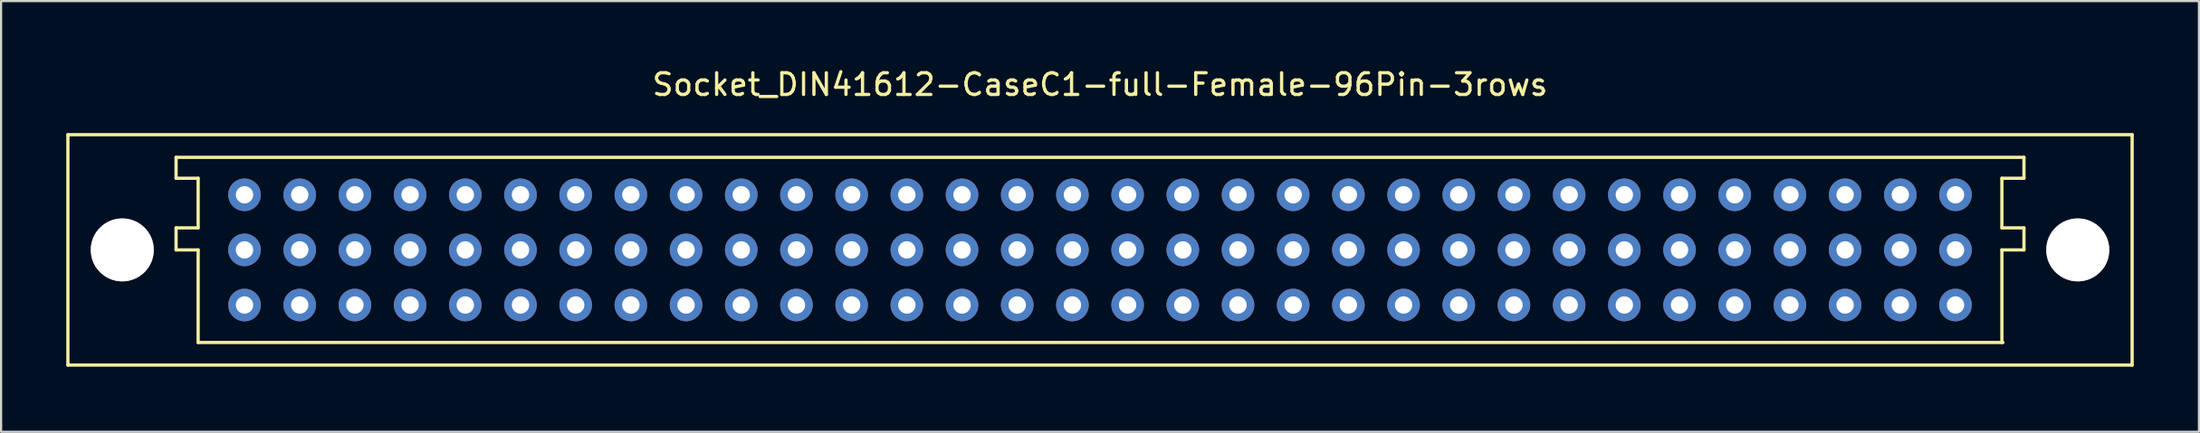
<source format=kicad_pcb>
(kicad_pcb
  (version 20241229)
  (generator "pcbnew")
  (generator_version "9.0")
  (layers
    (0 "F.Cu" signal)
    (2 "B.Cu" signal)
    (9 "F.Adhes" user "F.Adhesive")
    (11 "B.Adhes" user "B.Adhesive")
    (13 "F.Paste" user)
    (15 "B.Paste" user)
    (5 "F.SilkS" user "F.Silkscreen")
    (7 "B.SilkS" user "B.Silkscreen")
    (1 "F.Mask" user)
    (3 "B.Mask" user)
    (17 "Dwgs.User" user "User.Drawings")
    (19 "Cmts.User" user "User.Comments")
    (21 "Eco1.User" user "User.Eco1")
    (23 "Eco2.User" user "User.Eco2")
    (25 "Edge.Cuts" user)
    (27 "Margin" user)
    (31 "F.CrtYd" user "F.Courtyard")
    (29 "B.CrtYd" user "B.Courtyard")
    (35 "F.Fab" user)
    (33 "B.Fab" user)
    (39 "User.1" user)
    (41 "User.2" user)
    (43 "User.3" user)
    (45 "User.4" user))
  (footprint "Socket_DIN41612-CaseC1-full-Female-96Pin-3rows"
    (layer "F.Cu")
    (at 47.573 8.468)
    (property "Reference" "Socket_DIN41612-CaseC1-full-Female-96Pin-3rows" (at 0 -7.62 0) (layer "F.SilkS") (effects (font (size 1 1) (thickness 0.15))))
    (attr through_hole)
    (fp_line (start -47.498 -5.309) (end -47.498 5.309) (stroke (width 0.15) (type solid)) (layer "F.SilkS"))
    (fp_line (start -47.498 5.309) (end 47.498 5.309) (stroke (width 0.15) (type solid)) (layer "F.SilkS"))
    (fp_line (start -42.52 -3.302) (end -42.52 -4.267) (stroke (width 0.15) (type solid)) (layer "F.SilkS"))
    (fp_line (start -42.52 -1.016) (end -41.504 -1.016) (stroke (width 0.15) (type solid)) (layer "F.SilkS"))
    (fp_line (start -42.52 0) (end -42.52 -1.016) (stroke (width 0.15) (type solid)) (layer "F.SilkS"))
    (fp_line (start -41.504 -3.302) (end -42.52 -3.302) (stroke (width 0.15) (type solid)) (layer "F.SilkS"))
    (fp_line (start -41.504 -1.016) (end -41.504 -3.302) (stroke (width 0.15) (type solid)) (layer "F.SilkS"))
    (fp_line (start -41.504 0) (end -42.52 0) (stroke (width 0.15) (type solid)) (layer "F.SilkS"))
    (fp_line (start -41.504 4.267) (end -41.504 0) (stroke (width 0.15) (type solid)) (layer "F.SilkS"))
    (fp_line (start -41.504 4.267) (end 41.554 4.267) (stroke (width 0.15) (type solid)) (layer "F.SilkS"))
    (fp_line (start 41.504 -3.302) (end 42.52 -3.302) (stroke (width 0.15) (type solid)) (layer "F.SilkS"))
    (fp_line (start 41.504 -1.016) (end 41.504 -3.302) (stroke (width 0.15) (type solid)) (layer "F.SilkS"))
    (fp_line (start 41.504 0) (end 42.52 0) (stroke (width 0.15) (type solid)) (layer "F.SilkS"))
    (fp_line (start 41.504 4.267) (end 41.504 0) (stroke (width 0.15) (type solid)) (layer "F.SilkS"))
    (fp_line (start 42.52 -4.267) (end -42.52 -4.267) (stroke (width 0.15) (type solid)) (layer "F.SilkS"))
    (fp_line (start 42.52 -3.302) (end 42.52 -4.267) (stroke (width 0.15) (type solid)) (layer "F.SilkS"))
    (fp_line (start 42.52 -1.016) (end 41.504 -1.016) (stroke (width 0.15) (type solid)) (layer "F.SilkS"))
    (fp_line (start 42.52 0) (end 42.52 -1.016) (stroke (width 0.15) (type solid)) (layer "F.SilkS"))
    (fp_line (start 47.498 -5.309) (end -47.498 -5.309) (stroke (width 0.15) (type solid)) (layer "F.SilkS"))
    (fp_line (start 47.498 5.309) (end 47.498 -5.309) (stroke (width 0.15) (type solid)) (layer "F.SilkS"))
    (pad "1" thru_hole circle (at -44.996 0) (size 2.901 2.901) (drill 2.901) (layers "*.Cu" "*.Mask"))
    (pad "1" thru_hole circle (at 44.996 0) (size 2.901 2.901) (drill 2.901) (layers "*.Cu" "*.Mask"))
    (pad "1a" thru_hole circle (at 39.37 -2.54 180) (size 1.501 1.501) (drill 0.8) (layers "*.Cu" "*.Mask"))
    (pad "1b" thru_hole circle (at 39.37 0 180) (size 1.501 1.501) (drill 0.8) (layers "*.Cu" "*.Mask"))
    (pad "1c" thru_hole circle (at 39.37 2.54 180) (size 1.501 1.501) (drill 0.8) (layers "*.Cu" "*.Mask"))
    (pad "2a" thru_hole circle (at 36.83 -2.54 180) (size 1.501 1.501) (drill 0.8) (layers "*.Cu" "*.Mask"))
    (pad "2b" thru_hole circle (at 36.83 0 180) (size 1.501 1.501) (drill 0.8) (layers "*.Cu" "*.Mask"))
    (pad "2c" thru_hole circle (at 36.83 2.54 180) (size 1.501 1.501) (drill 0.8) (layers "*.Cu" "*.Mask"))
    (pad "3a" thru_hole circle (at 34.29 -2.54 180) (size 1.501 1.501) (drill 0.8) (layers "*.Cu" "*.Mask"))
    (pad "3b" thru_hole circle (at 34.29 0 180) (size 1.501 1.501) (drill 0.8) (layers "*.Cu" "*.Mask"))
    (pad "3c" thru_hole circle (at 34.29 2.54 180) (size 1.501 1.501) (drill 0.8) (layers "*.Cu" "*.Mask"))
    (pad "4a" thru_hole circle (at 31.75 -2.54 180) (size 1.501 1.501) (drill 0.8) (layers "*.Cu" "*.Mask"))
    (pad "4b" thru_hole circle (at 31.75 0 180) (size 1.501 1.501) (drill 0.8) (layers "*.Cu" "*.Mask"))
    (pad "4c" thru_hole circle (at 31.75 2.54 180) (size 1.501 1.501) (drill 0.8) (layers "*.Cu" "*.Mask"))
    (pad "5a" thru_hole circle (at 29.21 -2.54 180) (size 1.501 1.501) (drill 0.8) (layers "*.Cu" "*.Mask"))
    (pad "5b" thru_hole circle (at 29.21 0 180) (size 1.501 1.501) (drill 0.8) (layers "*.Cu" "*.Mask"))
    (pad "5c" thru_hole circle (at 29.21 2.54 180) (size 1.501 1.501) (drill 0.8) (layers "*.Cu" "*.Mask"))
    (pad "6a" thru_hole circle (at 26.67 -2.54 180) (size 1.501 1.501) (drill 0.8) (layers "*.Cu" "*.Mask"))
    (pad "6b" thru_hole circle (at 26.67 0 180) (size 1.501 1.501) (drill 0.8) (layers "*.Cu" "*.Mask"))
    (pad "6c" thru_hole circle (at 26.67 2.54 180) (size 1.501 1.501) (drill 0.8) (layers "*.Cu" "*.Mask"))
    (pad "7a" thru_hole circle (at 24.13 -2.54 180) (size 1.501 1.501) (drill 0.8) (layers "*.Cu" "*.Mask"))
    (pad "7b" thru_hole circle (at 24.13 0 180) (size 1.501 1.501) (drill 0.8) (layers "*.Cu" "*.Mask"))
    (pad "7c" thru_hole circle (at 24.13 2.54 180) (size 1.501 1.501) (drill 0.8) (layers "*.Cu" "*.Mask"))
    (pad "8a" thru_hole circle (at 21.59 -2.54 180) (size 1.501 1.501) (drill 0.8) (layers "*.Cu" "*.Mask"))
    (pad "8b" thru_hole circle (at 21.59 0 180) (size 1.501 1.501) (drill 0.8) (layers "*.Cu" "*.Mask"))
    (pad "8c" thru_hole circle (at 21.59 2.54 180) (size 1.501 1.501) (drill 0.8) (layers "*.Cu" "*.Mask"))
    (pad "9a" thru_hole circle (at 19.05 -2.54 180) (size 1.501 1.501) (drill 0.8) (layers "*.Cu" "*.Mask"))
    (pad "9b" thru_hole circle (at 19.05 0 180) (size 1.501 1.501) (drill 0.8) (layers "*.Cu" "*.Mask"))
    (pad "9c" thru_hole circle (at 19.05 2.54 180) (size 1.501 1.501) (drill 0.8) (layers "*.Cu" "*.Mask"))
    (pad "10a" thru_hole circle (at 16.51 -2.54 180) (size 1.501 1.501) (drill 0.8) (layers "*.Cu" "*.Mask"))
    (pad "10b" thru_hole circle (at 16.51 0 180) (size 1.501 1.501) (drill 0.8) (layers "*.Cu" "*.Mask"))
    (pad "10c" thru_hole circle (at 16.51 2.54 180) (size 1.501 1.501) (drill 0.8) (layers "*.Cu" "*.Mask"))
    (pad "11a" thru_hole circle (at 13.97 -2.54 180) (size 1.501 1.501) (drill 0.8) (layers "*.Cu" "*.Mask"))
    (pad "11b" thru_hole circle (at 13.97 0 180) (size 1.501 1.501) (drill 0.8) (layers "*.Cu" "*.Mask"))
    (pad "11c" thru_hole circle (at 13.97 2.54 180) (size 1.501 1.501) (drill 0.8) (layers "*.Cu" "*.Mask"))
    (pad "12a" thru_hole circle (at 11.43 -2.54 180) (size 1.501 1.501) (drill 0.8) (layers "*.Cu" "*.Mask"))
    (pad "12b" thru_hole circle (at 11.43 0 180) (size 1.501 1.501) (drill 0.8) (layers "*.Cu" "*.Mask"))
    (pad "12c" thru_hole circle (at 11.43 2.54 180) (size 1.501 1.501) (drill 0.8) (layers "*.Cu" "*.Mask"))
    (pad "13a" thru_hole circle (at 8.89 -2.54 180) (size 1.501 1.501) (drill 0.8) (layers "*.Cu" "*.Mask"))
    (pad "13b" thru_hole circle (at 8.89 0 180) (size 1.501 1.501) (drill 0.8) (layers "*.Cu" "*.Mask"))
    (pad "13c" thru_hole circle (at 8.89 2.54 180) (size 1.501 1.501) (drill 0.8) (layers "*.Cu" "*.Mask"))
    (pad "14a" thru_hole circle (at 6.35 -2.54 180) (size 1.501 1.501) (drill 0.8) (layers "*.Cu" "*.Mask"))
    (pad "14b" thru_hole circle (at 6.35 0 180) (size 1.501 1.501) (drill 0.8) (layers "*.Cu" "*.Mask"))
    (pad "14c" thru_hole circle (at 6.35 2.54 180) (size 1.501 1.501) (drill 0.8) (layers "*.Cu" "*.Mask"))
    (pad "15a" thru_hole circle (at 3.81 -2.54 180) (size 1.501 1.501) (drill 0.8) (layers "*.Cu" "*.Mask"))
    (pad "15b" thru_hole circle (at 3.81 0 180) (size 1.501 1.501) (drill 0.8) (layers "*.Cu" "*.Mask"))
    (pad "15c" thru_hole circle (at 3.81 2.54 180) (size 1.501 1.501) (drill 0.8) (layers "*.Cu" "*.Mask"))
    (pad "16a" thru_hole circle (at 1.27 -2.54 180) (size 1.501 1.501) (drill 0.8) (layers "*.Cu" "*.Mask"))
    (pad "16b" thru_hole circle (at 1.27 0 180) (size 1.501 1.501) (drill 0.8) (layers "*.Cu" "*.Mask"))
    (pad "16c" thru_hole circle (at 1.27 2.54 180) (size 1.501 1.501) (drill 0.8) (layers "*.Cu" "*.Mask"))
    (pad "17a" thru_hole circle (at -1.27 -2.54 180) (size 1.501 1.501) (drill 0.8) (layers "*.Cu" "*.Mask"))
    (pad "17b" thru_hole circle (at -1.27 0 180) (size 1.501 1.501) (drill 0.8) (layers "*.Cu" "*.Mask"))
    (pad "17c" thru_hole circle (at -1.27 2.54 180) (size 1.501 1.501) (drill 0.8) (layers "*.Cu" "*.Mask"))
    (pad "18a" thru_hole circle (at -3.81 -2.54 180) (size 1.501 1.501) (drill 0.8) (layers "*.Cu" "*.Mask"))
    (pad "18b" thru_hole circle (at -3.81 0 180) (size 1.501 1.501) (drill 0.8) (layers "*.Cu" "*.Mask"))
    (pad "18c" thru_hole circle (at -3.81 2.54 180) (size 1.501 1.501) (drill 0.8) (layers "*.Cu" "*.Mask"))
    (pad "19a" thru_hole circle (at -6.35 -2.54 180) (size 1.501 1.501) (drill 0.8) (layers "*.Cu" "*.Mask"))
    (pad "19b" thru_hole circle (at -6.35 0 180) (size 1.501 1.501) (drill 0.8) (layers "*.Cu" "*.Mask"))
    (pad "19c" thru_hole circle (at -6.35 2.54 180) (size 1.501 1.501) (drill 0.8) (layers "*.Cu" "*.Mask"))
    (pad "20a" thru_hole circle (at -8.89 -2.54 180) (size 1.501 1.501) (drill 0.8) (layers "*.Cu" "*.Mask"))
    (pad "20b" thru_hole circle (at -8.89 0 180) (size 1.501 1.501) (drill 0.8) (layers "*.Cu" "*.Mask"))
    (pad "20c" thru_hole circle (at -8.89 2.54 180) (size 1.501 1.501) (drill 0.8) (layers "*.Cu" "*.Mask"))
    (pad "21a" thru_hole circle (at -11.43 -2.54 180) (size 1.501 1.501) (drill 0.8) (layers "*.Cu" "*.Mask"))
    (pad "21b" thru_hole circle (at -11.43 0 180) (size 1.501 1.501) (drill 0.8) (layers "*.Cu" "*.Mask"))
    (pad "21c" thru_hole circle (at -11.43 2.54 180) (size 1.501 1.501) (drill 0.8) (layers "*.Cu" "*.Mask"))
    (pad "22a" thru_hole circle (at -13.97 -2.54 180) (size 1.501 1.501) (drill 0.8) (layers "*.Cu" "*.Mask"))
    (pad "22b" thru_hole circle (at -13.97 0 180) (size 1.501 1.501) (drill 0.8) (layers "*.Cu" "*.Mask"))
    (pad "22c" thru_hole circle (at -13.97 2.54 180) (size 1.501 1.501) (drill 0.8) (layers "*.Cu" "*.Mask"))
    (pad "23a" thru_hole circle (at -16.51 -2.54 180) (size 1.501 1.501) (drill 0.8) (layers "*.Cu" "*.Mask"))
    (pad "23b" thru_hole circle (at -16.51 0 180) (size 1.501 1.501) (drill 0.8) (layers "*.Cu" "*.Mask"))
    (pad "23c" thru_hole circle (at -16.51 2.54 180) (size 1.501 1.501) (drill 0.8) (layers "*.Cu" "*.Mask"))
    (pad "24a" thru_hole circle (at -19.05 -2.54 180) (size 1.501 1.501) (drill 0.8) (layers "*.Cu" "*.Mask"))
    (pad "24b" thru_hole circle (at -19.05 0 180) (size 1.501 1.501) (drill 0.8) (layers "*.Cu" "*.Mask"))
    (pad "24c" thru_hole circle (at -19.05 2.54 180) (size 1.501 1.501) (drill 0.8) (layers "*.Cu" "*.Mask"))
    (pad "25a" thru_hole circle (at -21.59 -2.54 180) (size 1.501 1.501) (drill 0.8) (layers "*.Cu" "*.Mask"))
    (pad "25b" thru_hole circle (at -21.59 0 180) (size 1.501 1.501) (drill 0.8) (layers "*.Cu" "*.Mask"))
    (pad "25c" thru_hole circle (at -21.59 2.54 180) (size 1.501 1.501) (drill 0.8) (layers "*.Cu" "*.Mask"))
    (pad "26a" thru_hole circle (at -24.13 -2.54 180) (size 1.501 1.501) (drill 0.8) (layers "*.Cu" "*.Mask"))
    (pad "26b" thru_hole circle (at -24.13 0 180) (size 1.501 1.501) (drill 0.8) (layers "*.Cu" "*.Mask"))
    (pad "26c" thru_hole circle (at -24.13 2.54 180) (size 1.501 1.501) (drill 0.8) (layers "*.Cu" "*.Mask"))
    (pad "27a" thru_hole circle (at -26.67 -2.54 180) (size 1.501 1.501) (drill 0.8) (layers "*.Cu" "*.Mask"))
    (pad "27b" thru_hole circle (at -26.67 0 180) (size 1.501 1.501) (drill 0.8) (layers "*.Cu" "*.Mask"))
    (pad "27c" thru_hole circle (at -26.67 2.54 180) (size 1.501 1.501) (drill 0.8) (layers "*.Cu" "*.Mask"))
    (pad "28a" thru_hole circle (at -29.21 -2.54 180) (size 1.501 1.501) (drill 0.8) (layers "*.Cu" "*.Mask"))
    (pad "28b" thru_hole circle (at -29.21 0 180) (size 1.501 1.501) (drill 0.8) (layers "*.Cu" "*.Mask"))
    (pad "28c" thru_hole circle (at -29.21 2.54 180) (size 1.501 1.501) (drill 0.8) (layers "*.Cu" "*.Mask"))
    (pad "29a" thru_hole circle (at -31.75 -2.54 180) (size 1.501 1.501) (drill 0.8) (layers "*.Cu" "*.Mask"))
    (pad "29b" thru_hole circle (at -31.75 0 180) (size 1.501 1.501) (drill 0.8) (layers "*.Cu" "*.Mask"))
    (pad "29c" thru_hole circle (at -31.75 2.54 180) (size 1.501 1.501) (drill 0.8) (layers "*.Cu" "*.Mask"))
    (pad "30a" thru_hole circle (at -34.29 -2.54 180) (size 1.501 1.501) (drill 0.8) (layers "*.Cu" "*.Mask"))
    (pad "30b" thru_hole circle (at -34.29 0 180) (size 1.501 1.501) (drill 0.8) (layers "*.Cu" "*.Mask"))
    (pad "30c" thru_hole circle (at -34.29 2.54 180) (size 1.501 1.501) (drill 0.8) (layers "*.Cu" "*.Mask"))
    (pad "31a" thru_hole circle (at -36.83 -2.54 180) (size 1.501 1.501) (drill 0.8) (layers "*.Cu" "*.Mask"))
    (pad "31b" thru_hole circle (at -36.83 0 180) (size 1.501 1.501) (drill 0.8) (layers "*.Cu" "*.Mask"))
    (pad "31c" thru_hole circle (at -36.83 2.54 180) (size 1.501 1.501) (drill 0.8) (layers "*.Cu" "*.Mask"))
    (pad "32a" thru_hole circle (at -39.37 -2.54 180) (size 1.501 1.501) (drill 0.8) (layers "*.Cu" "*.Mask"))
    (pad "32b" thru_hole circle (at -39.37 0 180) (size 1.501 1.501) (drill 0.8) (layers "*.Cu" "*.Mask"))
    (pad "32c" thru_hole circle (at -39.37 2.54 180) (size 1.501 1.501) (drill 0.8) (layers "*.Cu" "*.Mask")))
  (gr_rect
    (start -3 -3)
    (end 98.146 16.852)
    (stroke (width 0.1) (type default))
    (fill no)
    (layer "Edge.Cuts")))
</source>
